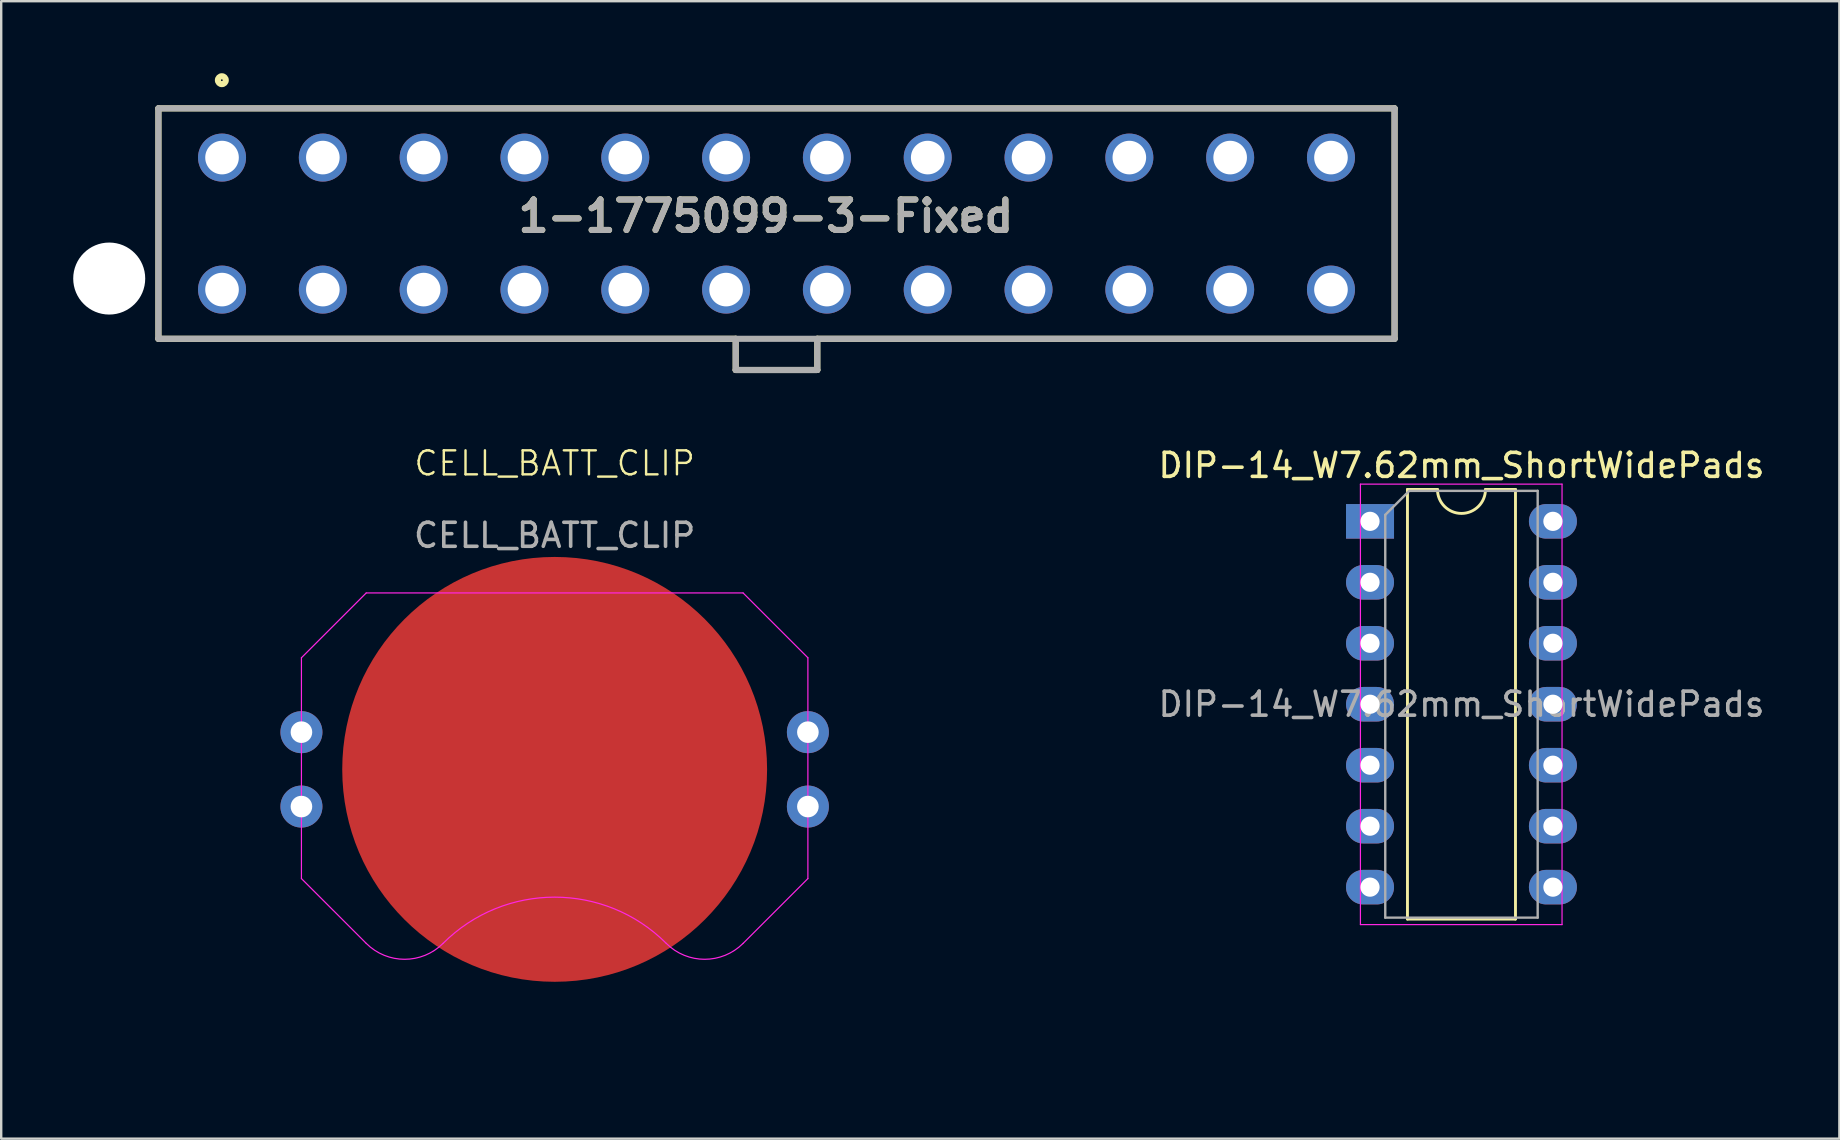
<source format=kicad_pcb>
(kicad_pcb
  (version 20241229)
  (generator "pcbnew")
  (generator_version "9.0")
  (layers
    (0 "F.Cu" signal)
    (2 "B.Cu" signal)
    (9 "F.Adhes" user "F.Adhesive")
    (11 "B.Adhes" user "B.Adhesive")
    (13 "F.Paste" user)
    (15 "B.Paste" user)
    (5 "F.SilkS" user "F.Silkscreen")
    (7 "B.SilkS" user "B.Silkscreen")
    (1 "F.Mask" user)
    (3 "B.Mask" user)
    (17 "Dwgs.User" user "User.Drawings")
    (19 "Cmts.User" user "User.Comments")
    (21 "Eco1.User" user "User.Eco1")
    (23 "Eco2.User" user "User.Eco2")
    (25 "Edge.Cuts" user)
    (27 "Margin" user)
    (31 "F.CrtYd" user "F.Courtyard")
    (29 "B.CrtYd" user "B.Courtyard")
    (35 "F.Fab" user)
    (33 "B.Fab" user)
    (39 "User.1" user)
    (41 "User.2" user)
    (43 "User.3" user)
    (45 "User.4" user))
  (footprint "CELL_BATT_CLIP"
    (layer "F.Cu")
    (at 20.058 29.003)
    (property "Reference" "CELL_BATT_CLIP" (at 0 -12.75 0) (unlocked yes) (layer "F.SilkS") (effects (font (size 1 1) (thickness 0.1))))
    (attr smd)
    (fp_line (start -10.55 -1.55) (end -10.55 -4.65) (stroke (width 0.05) (type default)) (layer "F.CrtYd"))
    (fp_line (start -10.55 -1.55) (end -10.55 1.55) (stroke (width 0.05) (type default)) (layer "F.CrtYd"))
    (fp_line (start -10.55 1.55) (end -10.55 4.55) (stroke (width 0.05) (type default)) (layer "F.CrtYd"))
    (fp_line (start -7.85 -7.35) (end -10.55 -4.65) (stroke (width 0.05) (type default)) (layer "F.CrtYd"))
    (fp_line (start -7.85 -7.35) (end 7.85 -7.35) (stroke (width 0.05) (type default)) (layer "F.CrtYd"))
    (fp_line (start -7.85 7.25) (end -10.55 4.55) (stroke (width 0.05) (type default)) (layer "F.CrtYd"))
    (fp_line (start 7.85 -7.35) (end 10.55 -4.65) (stroke (width 0.05) (type default)) (layer "F.CrtYd"))
    (fp_line (start 7.85 7.25) (end 10.55 4.55) (stroke (width 0.05) (type default)) (layer "F.CrtYd"))
    (fp_line (start 10.55 -1.55) (end 10.55 -4.65) (stroke (width 0.05) (type default)) (layer "F.CrtYd"))
    (fp_line (start 10.55 -1.55) (end 10.55 1.55) (stroke (width 0.05) (type default)) (layer "F.CrtYd"))
    (fp_line (start 10.55 1.55) (end 10.55 4.55) (stroke (width 0.05) (type default)) (layer "F.CrtYd"))
    (fp_arc (start -4.65 7.25) (mid -6.25 7.912742) (end -7.85 7.25) (stroke (width 0.05) (type default)) (layer "F.CrtYd"))
    (fp_arc (start -4.65 7.25) (mid 0 5.323907) (end 4.65 7.25) (stroke (width 0.05) (type default)) (layer "F.CrtYd"))
    (fp_arc (start 7.85 7.25) (mid 6.25 7.912742) (end 4.65 7.25) (stroke (width 0.05) (type default)) (layer "F.CrtYd"))
    (fp_text user "${REFERENCE}" (at 0 -9.75 0) (unlocked yes) (layer "F.Fab") (effects (font (size 1 1) (thickness 0.15))))
    (dimension (type aligned) (layer "User.8") (pts (xy 27.908 21.653) (xy 27.908 33.553)) (height -10.4) (format (prefix "") (suffix "") (units 3) (units_format 1) (precision 4)) (style (thickness 0.1) (arrow_length 1.27) (text_position_mode 0) (arrow_direction outward) (extension_height 0.586) (extension_offset 0.5) (keep_text_aligned yes)) (gr_text "11.9000 mm" (at 37.158 27.603 90) (layer "User.8") (effects (font (size 1 1) (thickness 0.15)))))
    (dimension (type aligned) (layer "User.8") (pts (xy 9.508 21.653) (xy 12.208 21.653)) (height -1.8) (format (prefix "") (suffix "") (units 3) (units_format 1) (precision 4)) (style (thickness 0.1) (arrow_length 1.27) (text_position_mode 0) (arrow_direction outward) (extension_height 0.586) (extension_offset 0.5) (keep_text_aligned yes)) (gr_text "2.7000 mm" (at 10.858 18.703 0) (layer "User.8") (effects (font (size 1 1) (thickness 0.15)))))
    (dimension (type aligned) (layer "User.8") (pts (xy 9.508 30.553) (xy 9.508 27.453)) (height -1.6) (format (prefix "") (suffix "") (units 3) (units_format 1) (precision 4)) (style (thickness 0.1) (arrow_length 1.27) (text_position_mode 0) (arrow_direction outward) (extension_height 0.586) (extension_offset 0.5) (keep_text_aligned yes)) (gr_text "3.1000 mm" (at 6.758 29.003 90) (layer "User.8") (effects (font (size 1 1) (thickness 0.15)))))
    (dimension (type aligned) (layer "User.8") (pts (xy 9.508 21.653) (xy 9.508 24.353)) (height 3.9) (format (prefix "") (suffix "") (units 3) (units_format 1) (precision 4)) (style (thickness 0.1) (arrow_length 1.27) (text_position_mode 0) (arrow_direction outward) (extension_height 0.586) (extension_offset 0.5) (keep_text_aligned yes)) (gr_text "2.7000 mm" (at 4.458 23.003 90) (layer "User.8") (effects (font (size 1 1) (thickness 0.15)))))
    (dimension (type aligned) (layer "User.8") (pts (xy 9.508 30.553) (xy 30.608 30.553)) (height 10.2) (format (prefix "") (suffix "") (units 3) (units_format 1) (precision 4)) (style (thickness 0.1) (arrow_length 1.27) (text_position_mode 0) (arrow_direction outward) (extension_height 0.586) (extension_offset 0.5) (keep_text_aligned yes)) (gr_text "21.1000 mm" (at 20.058 39.603 0) (layer "User.8") (effects (font (size 1 1) (thickness 0.15)))))
    (pad "1" thru_hole circle (at -10.55 -1.55) (size 1.75 1.75) (drill 0.9) (layers "*.Cu" "*.Mask"))
    (pad "1" thru_hole circle (at -10.55 1.55) (size 1.75 1.75) (drill 0.9) (layers "*.Cu" "*.Mask"))
    (pad "1" thru_hole circle (at 10.55 -1.55) (size 1.75 1.75) (drill 0.9) (layers "*.Cu" "*.Mask"))
    (pad "1" thru_hole circle (at 10.55 1.55) (size 1.75 1.75) (drill 0.9) (layers "*.Cu" "*.Mask"))
    (pad "3" smd circle (at 0 0) (size 17.7 17.7) (layers "F.Cu" "F.Mask" "F.Paste")))
  (footprint "DIP-14_W7.62mm_ShortWidePads"
    (layer "F.Cu")
    (at 54.027 18.67)
    (property "Reference" "DIP-14_W7.62mm_ShortWidePads" (at 3.81 -2.33 0) (layer "F.SilkS") (effects (font (size 1 1) (thickness 0.15))))
    (attr through_hole)
    (fp_line (start 1.56 -1.33) (end 1.56 16.57) (stroke (width 0.12) (type solid)) (layer "F.SilkS"))
    (fp_line (start 1.56 16.57) (end 6.06 16.57) (stroke (width 0.12) (type solid)) (layer "F.SilkS"))
    (fp_line (start 2.81 -1.33) (end 1.56 -1.33) (stroke (width 0.12) (type solid)) (layer "F.SilkS"))
    (fp_line (start 6.06 -1.33) (end 4.81 -1.33) (stroke (width 0.12) (type solid)) (layer "F.SilkS"))
    (fp_line (start 6.06 16.57) (end 6.06 -1.33) (stroke (width 0.12) (type solid)) (layer "F.SilkS"))
    (fp_arc (start 4.81 -1.33) (mid 3.81 -0.33) (end 2.81 -1.33) (stroke (width 0.12) (type solid)) (layer "F.SilkS"))
    (fp_line (start -0.4 -1.55) (end -0.4 16.8) (stroke (width 0.05) (type solid)) (layer "F.CrtYd"))
    (fp_line (start -0.4 16.8) (end 8 16.8) (stroke (width 0.05) (type solid)) (layer "F.CrtYd"))
    (fp_line (start 8 -1.55) (end -0.4 -1.55) (stroke (width 0.05) (type solid)) (layer "F.CrtYd"))
    (fp_line (start 8 16.8) (end 8 -1.55) (stroke (width 0.05) (type solid)) (layer "F.CrtYd"))
    (fp_line (start 0.635 -0.27) (end 1.635 -1.27) (stroke (width 0.1) (type solid)) (layer "F.Fab"))
    (fp_line (start 0.635 16.51) (end 0.635 -0.27) (stroke (width 0.1) (type solid)) (layer "F.Fab"))
    (fp_line (start 1.635 -1.27) (end 6.985 -1.27) (stroke (width 0.1) (type solid)) (layer "F.Fab"))
    (fp_line (start 6.985 -1.27) (end 6.985 16.51) (stroke (width 0.1) (type solid)) (layer "F.Fab"))
    (fp_line (start 6.985 16.51) (end 0.635 16.51) (stroke (width 0.1) (type solid)) (layer "F.Fab"))
    (fp_text user "${REFERENCE}" (at 3.81 7.62 0) (layer "F.Fab") (effects (font (size 1 1) (thickness 0.15))))
    (pad "1" thru_hole rect (at 0 0) (size 2 1.44) (drill 0.8) (layers "*.Cu" "*.Mask"))
    (pad "2" thru_hole oval (at 0 2.54) (size 2 1.44) (drill 0.8) (layers "*.Cu" "*.Mask"))
    (pad "3" thru_hole oval (at 0 5.08) (size 2 1.44) (drill 0.8) (layers "*.Cu" "*.Mask"))
    (pad "4" thru_hole oval (at 0 7.62) (size 2 1.44) (drill 0.8) (layers "*.Cu" "*.Mask"))
    (pad "5" thru_hole oval (at 0 10.16) (size 2 1.44) (drill 0.8) (layers "*.Cu" "*.Mask"))
    (pad "6" thru_hole oval (at 0 12.7) (size 2 1.44) (drill 0.8) (layers "*.Cu" "*.Mask"))
    (pad "7" thru_hole oval (at 0 15.24) (size 2 1.44) (drill 0.8) (layers "*.Cu" "*.Mask"))
    (pad "8" thru_hole oval (at 7.62 15.24) (size 2 1.44) (drill 0.8) (layers "*.Cu" "*.Mask"))
    (pad "9" thru_hole oval (at 7.62 12.7) (size 2 1.44) (drill 0.8) (layers "*.Cu" "*.Mask"))
    (pad "10" thru_hole oval (at 7.62 10.16) (size 2 1.44) (drill 0.8) (layers "*.Cu" "*.Mask"))
    (pad "11" thru_hole oval (at 7.62 7.62) (size 2 1.44) (drill 0.8) (layers "*.Cu" "*.Mask"))
    (pad "12" thru_hole oval (at 7.62 5.08) (size 2 1.44) (drill 0.8) (layers "*.Cu" "*.Mask"))
    (pad "13" thru_hole oval (at 7.62 2.54) (size 2 1.44) (drill 0.8) (layers "*.Cu" "*.Mask"))
    (pad "14" thru_hole oval (at 7.62 0) (size 2 1.44) (drill 0.8) (layers "*.Cu" "*.Mask")))
  (footprint "1-1775099-3-Fixed"
    (layer "F.Cu")
    (at 29.3 11.065)
    (property "Reference" "1-1775099-3-Fixed" (at -0.444 -5.108 0) (layer "F.SilkS") (effects (font (size 1.27 1.27) (thickness 0.254))))
    (attr through_hole)
    (fp_line (start -25.75 -9.6) (end 25.75 -9.6) (stroke (width 0.254) (type solid)) (layer "F.SilkS"))
    (fp_line (start -25.75 0) (end -25.75 -9.6) (stroke (width 0.254) (type solid)) (layer "F.SilkS"))
    (fp_line (start -1.7 0) (end -25.75 0) (stroke (width 0.254) (type solid)) (layer "F.SilkS"))
    (fp_line (start -1.7 1.3) (end -1.7 0) (stroke (width 0.254) (type solid)) (layer "F.SilkS"))
    (fp_line (start 1.7 0) (end 1.7 1.3) (stroke (width 0.254) (type solid)) (layer "F.SilkS"))
    (fp_line (start 1.7 1.3) (end -1.7 1.3) (stroke (width 0.254) (type solid)) (layer "F.SilkS"))
    (fp_line (start 25.75 -9.6) (end 25.75 0) (stroke (width 0.254) (type solid)) (layer "F.SilkS"))
    (fp_line (start 25.75 0) (end 1.7 0) (stroke (width 0.254) (type solid)) (layer "F.SilkS"))
    (fp_circle (center -23.108 -10.774) (end -23.108 -10.61) (stroke (width 0.254) (type solid)) (fill no) (layer "F.SilkS"))
    (fp_line (start -25.75 -9.6) (end 25.75 -9.6) (stroke (width 0.254) (type solid)) (layer "F.Fab"))
    (fp_line (start -25.75 0) (end -25.75 -9.6) (stroke (width 0.254) (type solid)) (layer "F.Fab"))
    (fp_line (start -1.7 0) (end -1.7 1.3) (stroke (width 0.254) (type solid)) (layer "F.Fab"))
    (fp_line (start -1.7 1.3) (end 1.7 1.3) (stroke (width 0.254) (type solid)) (layer "F.Fab"))
    (fp_line (start 1.7 1.3) (end 1.7 0) (stroke (width 0.254) (type solid)) (layer "F.Fab"))
    (fp_line (start 25.75 -9.6) (end 25.75 0) (stroke (width 0.254) (type solid)) (layer "F.Fab"))
    (fp_line (start 25.75 0) (end -25.75 0) (stroke (width 0.254) (type solid)) (layer "F.Fab"))
    (fp_text user "${REFERENCE}" (at -0.444 -5.108 0) (layer "F.Fab") (effects (font (size 1.27 1.27) (thickness 0.254))))
    (pad "" np_thru_hole circle (at -27.8 -2.51) (size 3 3) (drill 3) (layers "*.Cu" "*.Mask"))
    (pad "1" thru_hole circle (at -23.1 -7.55) (size 2 2) (drill 1.4) (layers "*.Cu" "*.Mask"))
    (pad "2" thru_hole circle (at -18.9 -7.55) (size 2 2) (drill 1.4) (layers "*.Cu" "*.Mask"))
    (pad "3" thru_hole circle (at -14.7 -7.55) (size 2 2) (drill 1.4) (layers "*.Cu" "*.Mask"))
    (pad "4" thru_hole circle (at -10.5 -7.55) (size 2 2) (drill 1.4) (layers "*.Cu" "*.Mask"))
    (pad "5" thru_hole circle (at -6.3 -7.55) (size 2 2) (drill 1.4) (layers "*.Cu" "*.Mask"))
    (pad "6" thru_hole circle (at -2.1 -7.55) (size 2 2) (drill 1.4) (layers "*.Cu" "*.Mask"))
    (pad "7" thru_hole circle (at 2.1 -7.55) (size 2 2) (drill 1.4) (layers "*.Cu" "*.Mask"))
    (pad "8" thru_hole circle (at 6.3 -7.55) (size 2 2) (drill 1.4) (layers "*.Cu" "*.Mask"))
    (pad "9" thru_hole circle (at 10.5 -7.55) (size 2 2) (drill 1.4) (layers "*.Cu" "*.Mask"))
    (pad "10" thru_hole circle (at 14.7 -7.55) (size 2 2) (drill 1.4) (layers "*.Cu" "*.Mask"))
    (pad "11" thru_hole circle (at 18.9 -7.55) (size 2 2) (drill 1.4) (layers "*.Cu" "*.Mask"))
    (pad "12" thru_hole circle (at 23.1 -7.55) (size 2 2) (drill 1.4) (layers "*.Cu" "*.Mask"))
    (pad "13" thru_hole circle (at -23.1 -2.05) (size 2 2) (drill 1.4) (layers "*.Cu" "*.Mask"))
    (pad "14" thru_hole circle (at -18.9 -2.05) (size 2 2) (drill 1.4) (layers "*.Cu" "*.Mask"))
    (pad "15" thru_hole circle (at -14.7 -2.05) (size 2 2) (drill 1.4) (layers "*.Cu" "*.Mask"))
    (pad "16" thru_hole circle (at -10.5 -2.05) (size 2 2) (drill 1.4) (layers "*.Cu" "*.Mask"))
    (pad "17" thru_hole circle (at -6.3 -2.05) (size 2 2) (drill 1.4) (layers "*.Cu" "*.Mask"))
    (pad "18" thru_hole circle (at -2.1 -2.05) (size 2 2) (drill 1.4) (layers "*.Cu" "*.Mask"))
    (pad "19" thru_hole circle (at 2.1 -2.05) (size 2 2) (drill 1.4) (layers "*.Cu" "*.Mask"))
    (pad "20" thru_hole circle (at 6.3 -2.05) (size 2 2) (drill 1.4) (layers "*.Cu" "*.Mask"))
    (pad "21" thru_hole circle (at 10.5 -2.05) (size 2 2) (drill 1.4) (layers "*.Cu" "*.Mask"))
    (pad "22" thru_hole circle (at 14.7 -2.05) (size 2 2) (drill 1.4) (layers "*.Cu" "*.Mask"))
    (pad "23" thru_hole circle (at 18.9 -2.05) (size 2 2) (drill 1.4) (layers "*.Cu" "*.Mask"))
    (pad "24" thru_hole circle (at 23.1 -2.05) (size 2 2) (drill 1.4) (layers "*.Cu" "*.Mask")))
  (gr_rect
    (start -3 -3)
    (end 73.581 44.389)
    (stroke (width 0.1) (type default))
    (fill no)
    (layer "Edge.Cuts")))
</source>
